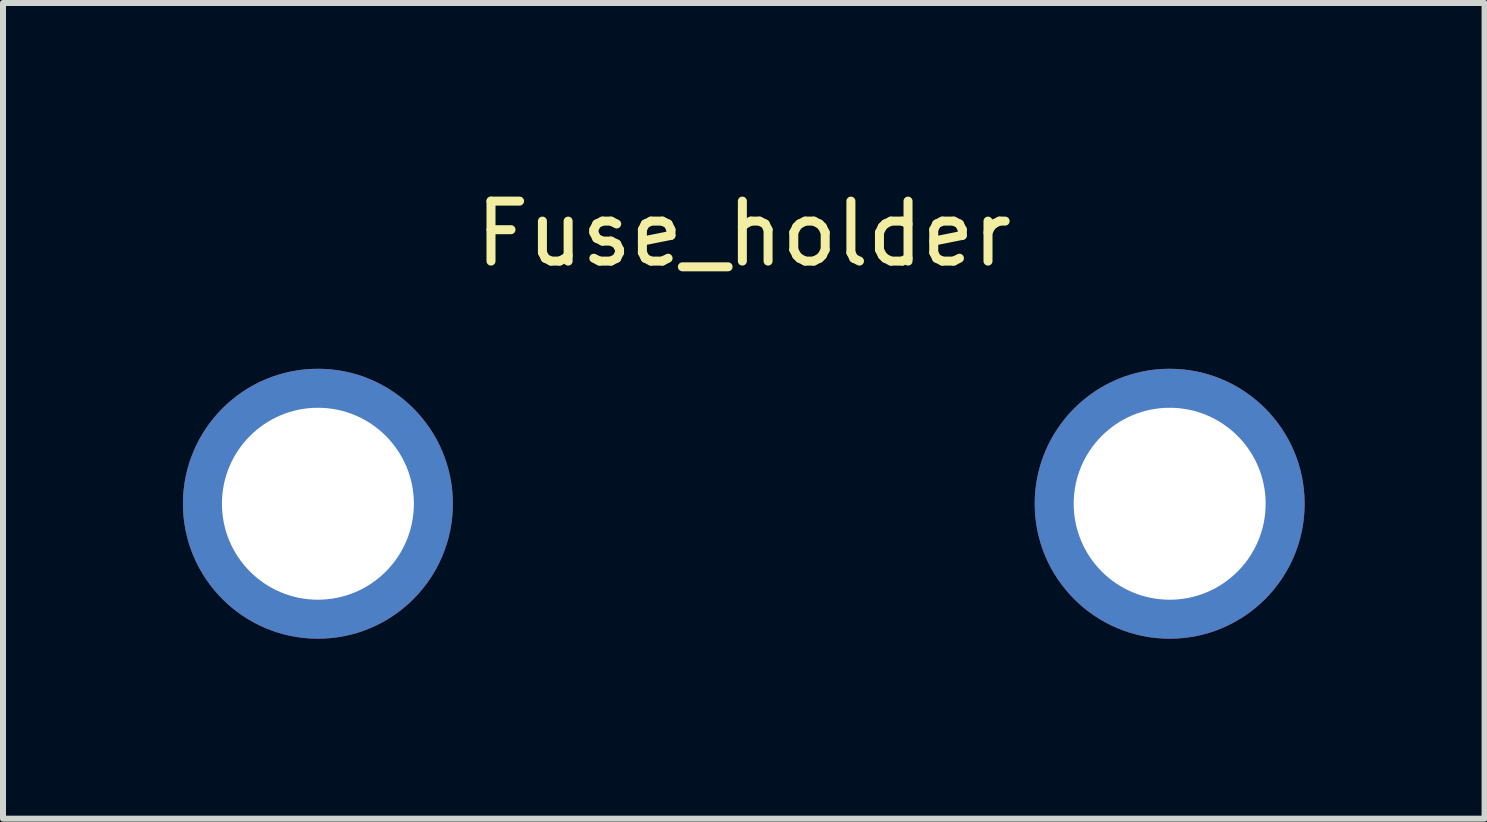
<source format=kicad_pcb>
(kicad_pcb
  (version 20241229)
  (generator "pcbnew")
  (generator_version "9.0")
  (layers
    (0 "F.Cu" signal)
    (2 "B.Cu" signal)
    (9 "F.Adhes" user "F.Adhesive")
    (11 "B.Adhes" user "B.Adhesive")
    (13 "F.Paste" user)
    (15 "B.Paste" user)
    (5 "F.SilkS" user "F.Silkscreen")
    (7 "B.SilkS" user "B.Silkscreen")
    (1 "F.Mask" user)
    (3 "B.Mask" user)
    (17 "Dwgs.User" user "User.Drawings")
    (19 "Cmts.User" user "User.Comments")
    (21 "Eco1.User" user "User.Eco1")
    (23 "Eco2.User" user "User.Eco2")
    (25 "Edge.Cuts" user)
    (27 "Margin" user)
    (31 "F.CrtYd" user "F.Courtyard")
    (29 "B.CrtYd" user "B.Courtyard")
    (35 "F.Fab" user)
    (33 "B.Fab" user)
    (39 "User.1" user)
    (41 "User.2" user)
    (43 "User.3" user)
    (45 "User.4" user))
  (footprint "Fuse_holder"
    (layer "F.Cu")
    (at 9.35 0.348)
    (property "Reference" "Fuse_holder" (at 0 0.5 0) (layer "F.SilkS") (effects (font (size 1 1) (thickness 0.15))))
    (attr through_hole)
    (pad "" np_thru_hole circle (at -7.1 5) (size 4.5 4.5) (drill 3.2) (layers "*.Cu" "*.Mask"))
    (pad "" np_thru_hole circle (at 7.1 5) (size 4.5 4.5) (drill 3.2) (layers "*.Cu" "*.Mask")))
  (gr_rect
    (start -3 -3)
    (end 21.7 10.598)
    (stroke (width 0.1) (type default))
    (fill no)
    (layer "Edge.Cuts")))
</source>
